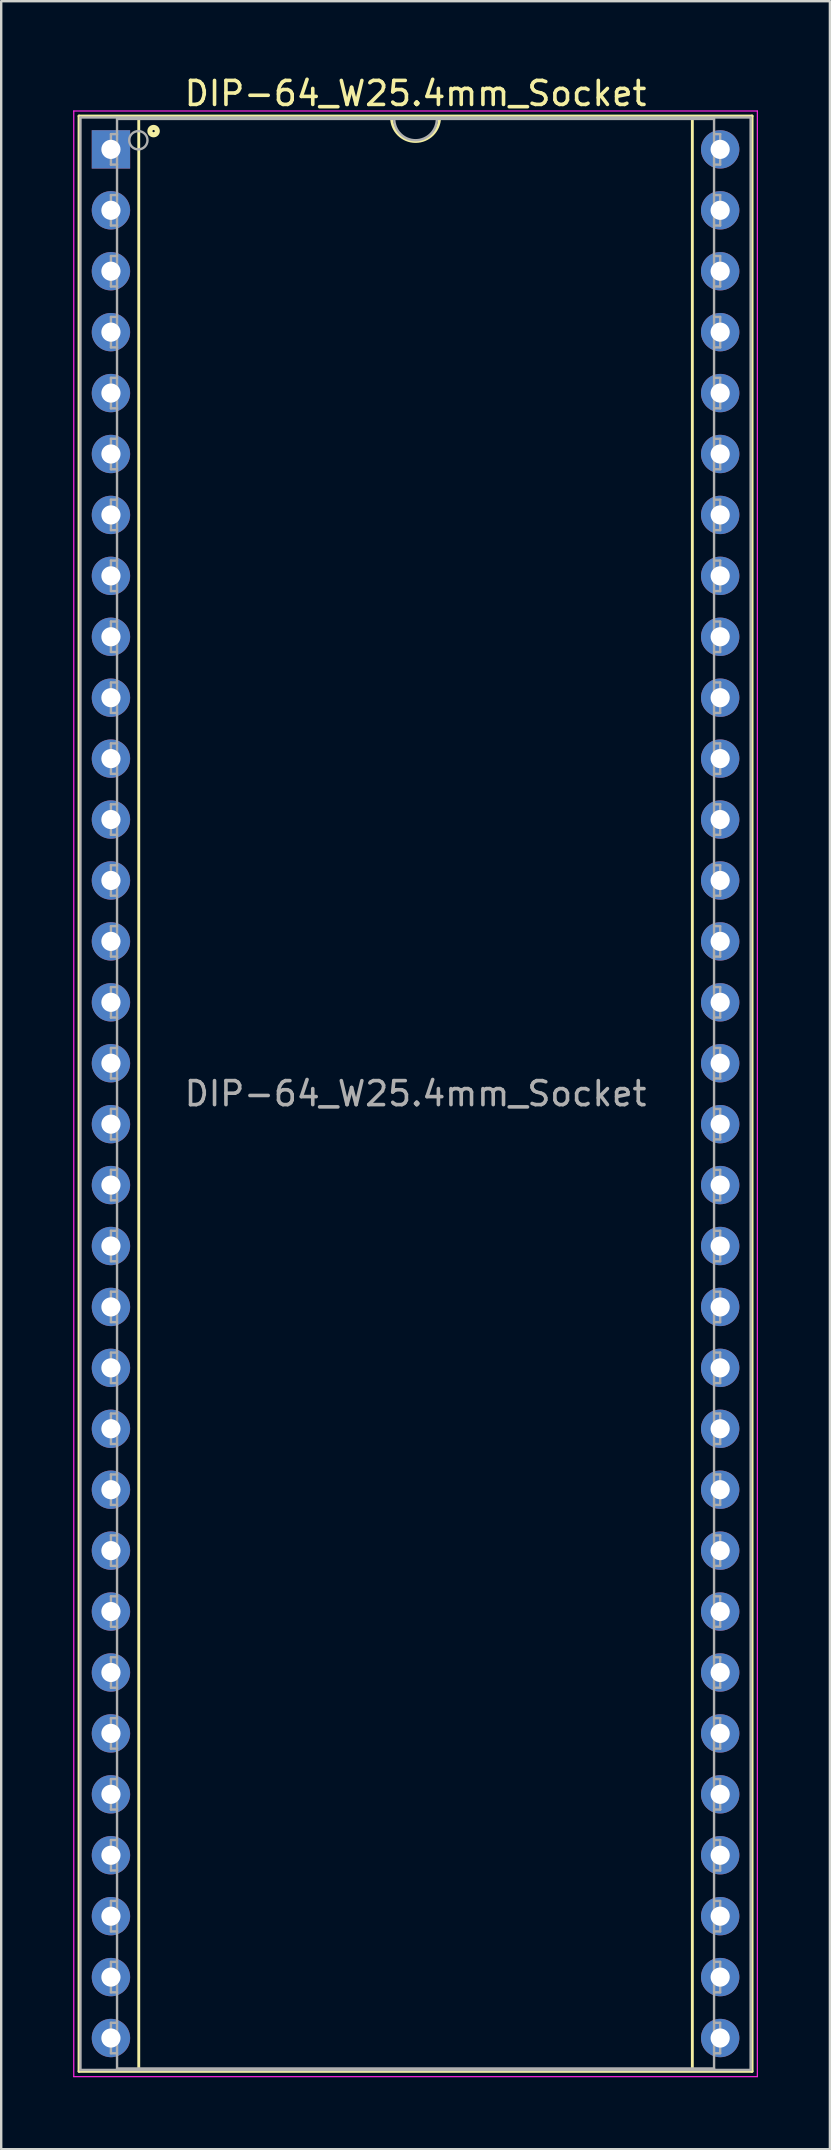
<source format=kicad_pcb>
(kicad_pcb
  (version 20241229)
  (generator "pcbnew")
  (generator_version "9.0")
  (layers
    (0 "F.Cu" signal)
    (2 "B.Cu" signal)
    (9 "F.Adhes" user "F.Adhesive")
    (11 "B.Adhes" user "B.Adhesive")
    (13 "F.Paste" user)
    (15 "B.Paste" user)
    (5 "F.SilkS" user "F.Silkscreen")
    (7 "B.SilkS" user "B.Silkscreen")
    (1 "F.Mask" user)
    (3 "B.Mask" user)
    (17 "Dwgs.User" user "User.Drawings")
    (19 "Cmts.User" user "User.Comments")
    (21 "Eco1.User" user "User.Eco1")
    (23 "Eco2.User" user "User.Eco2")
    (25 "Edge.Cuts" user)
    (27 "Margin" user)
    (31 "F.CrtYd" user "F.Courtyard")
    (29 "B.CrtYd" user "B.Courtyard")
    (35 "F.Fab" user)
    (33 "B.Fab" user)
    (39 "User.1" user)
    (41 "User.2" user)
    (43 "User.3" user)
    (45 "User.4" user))
  (footprint "DIP-64_W25.4mm_Socket"
    (layer "F.Cu")
    (at 1.575 3.178)
    (property "Reference" "DIP-64_W25.4mm_Socket" (at 12.7 -2.33 0) (layer "F.SilkS") (effects (font (size 1 1) (thickness 0.15))))
    (attr through_hole)
    (fp_line (start -1.33 -1.39) (end -1.33 80.13) (stroke (width 0.12) (type solid)) (layer "F.SilkS"))
    (fp_line (start -1.33 80.13) (end 26.73 80.13) (stroke (width 0.12) (type solid)) (layer "F.SilkS"))
    (fp_line (start 1.16 -1.33) (end 1.16 80.07) (stroke (width 0.12) (type solid)) (layer "F.SilkS"))
    (fp_line (start 1.16 80.07) (end 24.24 80.07) (stroke (width 0.12) (type solid)) (layer "F.SilkS"))
    (fp_line (start 11.7 -1.33) (end 1.16 -1.33) (stroke (width 0.12) (type solid)) (layer "F.SilkS"))
    (fp_line (start 24.24 -1.33) (end 13.7 -1.33) (stroke (width 0.12) (type solid)) (layer "F.SilkS"))
    (fp_line (start 24.24 80.07) (end 24.24 -1.33) (stroke (width 0.12) (type solid)) (layer "F.SilkS"))
    (fp_line (start 26.73 -1.39) (end -1.33 -1.39) (stroke (width 0.12) (type solid)) (layer "F.SilkS"))
    (fp_line (start 26.73 80.13) (end 26.73 -1.39) (stroke (width 0.12) (type solid)) (layer "F.SilkS"))
    (fp_arc (start 13.7 -1.33) (mid 12.7 -0.33) (end 11.7 -1.33) (stroke (width 0.12) (type solid)) (layer "F.SilkS"))
    (fp_circle (center 1.778 -0.762) (end 1.828 -0.762) (stroke (width 0.12) (type solid)) (fill no) (layer "F.SilkS"))
    (fp_circle (center 1.778 -0.762) (end 1.903 -0.762) (stroke (width 0.12) (type solid)) (fill no) (layer "F.SilkS"))
    (fp_circle (center 1.778 -0.762) (end 1.978 -0.762) (stroke (width 0.12) (type solid)) (fill no) (layer "F.SilkS"))
    (fp_line (start -1.55 -1.6) (end -1.55 80.35) (stroke (width 0.05) (type solid)) (layer "F.CrtYd"))
    (fp_line (start -1.55 80.35) (end 26.95 80.35) (stroke (width 0.05) (type solid)) (layer "F.CrtYd"))
    (fp_line (start 26.95 -1.6) (end -1.55 -1.6) (stroke (width 0.05) (type solid)) (layer "F.CrtYd"))
    (fp_line (start 26.95 80.35) (end 26.95 -1.6) (stroke (width 0.05) (type solid)) (layer "F.CrtYd"))
    (fp_line (start -1.27 -1.33) (end -1.27 80.07) (stroke (width 0.1) (type solid)) (layer "F.Fab"))
    (fp_line (start -1.27 80.07) (end 26.67 80.07) (stroke (width 0.1) (type solid)) (layer "F.Fab"))
    (fp_line (start 0 -0.635) (end 0 0.635) (stroke (width 0.1) (type solid)) (layer "F.Fab"))
    (fp_line (start 0 -0.635) (end 0.254 -0.635) (stroke (width 0.1) (type solid)) (layer "F.Fab"))
    (fp_line (start 0 0.635) (end 0.254 0.635) (stroke (width 0.1) (type solid)) (layer "F.Fab"))
    (fp_line (start 0 1.905) (end 0 3.175) (stroke (width 0.1) (type solid)) (layer "F.Fab"))
    (fp_line (start 0 1.905) (end 0.254 1.905) (stroke (width 0.1) (type solid)) (layer "F.Fab"))
    (fp_line (start 0 3.175) (end 0.254 3.175) (stroke (width 0.1) (type solid)) (layer "F.Fab"))
    (fp_line (start 0 4.445) (end 0 5.715) (stroke (width 0.1) (type solid)) (layer "F.Fab"))
    (fp_line (start 0 4.445) (end 0.254 4.445) (stroke (width 0.1) (type solid)) (layer "F.Fab"))
    (fp_line (start 0 5.715) (end 0.254 5.715) (stroke (width 0.1) (type solid)) (layer "F.Fab"))
    (fp_line (start 0 6.985) (end 0 8.255) (stroke (width 0.1) (type solid)) (layer "F.Fab"))
    (fp_line (start 0 6.985) (end 0.254 6.985) (stroke (width 0.1) (type solid)) (layer "F.Fab"))
    (fp_line (start 0 8.255) (end 0.254 8.255) (stroke (width 0.1) (type solid)) (layer "F.Fab"))
    (fp_line (start 0 9.525) (end 0 10.795) (stroke (width 0.1) (type solid)) (layer "F.Fab"))
    (fp_line (start 0 9.525) (end 0.254 9.525) (stroke (width 0.1) (type solid)) (layer "F.Fab"))
    (fp_line (start 0 10.795) (end 0.254 10.795) (stroke (width 0.1) (type solid)) (layer "F.Fab"))
    (fp_line (start 0 12.065) (end 0 13.335) (stroke (width 0.1) (type solid)) (layer "F.Fab"))
    (fp_line (start 0 12.065) (end 0.254 12.065) (stroke (width 0.1) (type solid)) (layer "F.Fab"))
    (fp_line (start 0 13.335) (end 0.254 13.335) (stroke (width 0.1) (type solid)) (layer "F.Fab"))
    (fp_line (start 0 14.605) (end 0 15.875) (stroke (width 0.1) (type solid)) (layer "F.Fab"))
    (fp_line (start 0 14.605) (end 0.254 14.605) (stroke (width 0.1) (type solid)) (layer "F.Fab"))
    (fp_line (start 0 15.875) (end 0.254 15.875) (stroke (width 0.1) (type solid)) (layer "F.Fab"))
    (fp_line (start 0 17.145) (end 0 18.415) (stroke (width 0.1) (type solid)) (layer "F.Fab"))
    (fp_line (start 0 17.145) (end 0.254 17.145) (stroke (width 0.1) (type solid)) (layer "F.Fab"))
    (fp_line (start 0 18.415) (end 0.254 18.415) (stroke (width 0.1) (type solid)) (layer "F.Fab"))
    (fp_line (start 0 19.685) (end 0 20.955) (stroke (width 0.1) (type solid)) (layer "F.Fab"))
    (fp_line (start 0 19.685) (end 0.254 19.685) (stroke (width 0.1) (type solid)) (layer "F.Fab"))
    (fp_line (start 0 20.955) (end 0.254 20.955) (stroke (width 0.1) (type solid)) (layer "F.Fab"))
    (fp_line (start 0 22.225) (end 0 23.495) (stroke (width 0.1) (type solid)) (layer "F.Fab"))
    (fp_line (start 0 22.225) (end 0.254 22.225) (stroke (width 0.1) (type solid)) (layer "F.Fab"))
    (fp_line (start 0 23.495) (end 0.254 23.495) (stroke (width 0.1) (type solid)) (layer "F.Fab"))
    (fp_line (start 0 24.765) (end 0 26.035) (stroke (width 0.1) (type solid)) (layer "F.Fab"))
    (fp_line (start 0 24.765) (end 0.254 24.765) (stroke (width 0.1) (type solid)) (layer "F.Fab"))
    (fp_line (start 0 26.035) (end 0.254 26.035) (stroke (width 0.1) (type solid)) (layer "F.Fab"))
    (fp_line (start 0 27.305) (end 0 28.575) (stroke (width 0.1) (type solid)) (layer "F.Fab"))
    (fp_line (start 0 27.305) (end 0.254 27.305) (stroke (width 0.1) (type solid)) (layer "F.Fab"))
    (fp_line (start 0 28.575) (end 0.254 28.575) (stroke (width 0.1) (type solid)) (layer "F.Fab"))
    (fp_line (start 0 29.845) (end 0 31.115) (stroke (width 0.1) (type solid)) (layer "F.Fab"))
    (fp_line (start 0 29.845) (end 0.254 29.845) (stroke (width 0.1) (type solid)) (layer "F.Fab"))
    (fp_line (start 0 31.115) (end 0.254 31.115) (stroke (width 0.1) (type solid)) (layer "F.Fab"))
    (fp_line (start 0 32.385) (end 0 33.655) (stroke (width 0.1) (type solid)) (layer "F.Fab"))
    (fp_line (start 0 32.385) (end 0.254 32.385) (stroke (width 0.1) (type solid)) (layer "F.Fab"))
    (fp_line (start 0 33.655) (end 0.254 33.655) (stroke (width 0.1) (type solid)) (layer "F.Fab"))
    (fp_line (start 0 34.925) (end 0 36.195) (stroke (width 0.1) (type solid)) (layer "F.Fab"))
    (fp_line (start 0 34.925) (end 0.254 34.925) (stroke (width 0.1) (type solid)) (layer "F.Fab"))
    (fp_line (start 0 36.195) (end 0.254 36.195) (stroke (width 0.1) (type solid)) (layer "F.Fab"))
    (fp_line (start 0 37.465) (end 0 38.735) (stroke (width 0.1) (type solid)) (layer "F.Fab"))
    (fp_line (start 0 37.465) (end 0.254 37.465) (stroke (width 0.1) (type solid)) (layer "F.Fab"))
    (fp_line (start 0 38.735) (end 0.254 38.735) (stroke (width 0.1) (type solid)) (layer "F.Fab"))
    (fp_line (start 0 40.005) (end 0 41.275) (stroke (width 0.1) (type solid)) (layer "F.Fab"))
    (fp_line (start 0 40.005) (end 0.254 40.005) (stroke (width 0.1) (type solid)) (layer "F.Fab"))
    (fp_line (start 0 41.275) (end 0.254 41.275) (stroke (width 0.1) (type solid)) (layer "F.Fab"))
    (fp_line (start 0 42.545) (end 0 43.815) (stroke (width 0.1) (type solid)) (layer "F.Fab"))
    (fp_line (start 0 42.545) (end 0.254 42.545) (stroke (width 0.1) (type solid)) (layer "F.Fab"))
    (fp_line (start 0 43.815) (end 0.254 43.815) (stroke (width 0.1) (type solid)) (layer "F.Fab"))
    (fp_line (start 0 45.085) (end 0 46.355) (stroke (width 0.1) (type solid)) (layer "F.Fab"))
    (fp_line (start 0 45.085) (end 0.254 45.085) (stroke (width 0.1) (type solid)) (layer "F.Fab"))
    (fp_line (start 0 46.355) (end 0.254 46.355) (stroke (width 0.1) (type solid)) (layer "F.Fab"))
    (fp_line (start 0 47.625) (end 0 48.895) (stroke (width 0.1) (type solid)) (layer "F.Fab"))
    (fp_line (start 0 47.625) (end 0.254 47.625) (stroke (width 0.1) (type solid)) (layer "F.Fab"))
    (fp_line (start 0 48.895) (end 0.254 48.895) (stroke (width 0.1) (type solid)) (layer "F.Fab"))
    (fp_line (start 0 50.165) (end 0 51.435) (stroke (width 0.1) (type solid)) (layer "F.Fab"))
    (fp_line (start 0 50.165) (end 0.254 50.165) (stroke (width 0.1) (type solid)) (layer "F.Fab"))
    (fp_line (start 0 51.435) (end 0.254 51.435) (stroke (width 0.1) (type solid)) (layer "F.Fab"))
    (fp_line (start 0 52.705) (end 0 53.975) (stroke (width 0.1) (type solid)) (layer "F.Fab"))
    (fp_line (start 0 52.705) (end 0.254 52.705) (stroke (width 0.1) (type solid)) (layer "F.Fab"))
    (fp_line (start 0 53.975) (end 0.254 53.975) (stroke (width 0.1) (type solid)) (layer "F.Fab"))
    (fp_line (start 0 55.245) (end 0 56.515) (stroke (width 0.1) (type solid)) (layer "F.Fab"))
    (fp_line (start 0 55.245) (end 0.254 55.245) (stroke (width 0.1) (type solid)) (layer "F.Fab"))
    (fp_line (start 0 56.515) (end 0.254 56.515) (stroke (width 0.1) (type solid)) (layer "F.Fab"))
    (fp_line (start 0 57.785) (end 0 59.055) (stroke (width 0.1) (type solid)) (layer "F.Fab"))
    (fp_line (start 0 57.785) (end 0.254 57.785) (stroke (width 0.1) (type solid)) (layer "F.Fab"))
    (fp_line (start 0 59.055) (end 0.254 59.055) (stroke (width 0.1) (type solid)) (layer "F.Fab"))
    (fp_line (start 0 60.325) (end 0 61.595) (stroke (width 0.1) (type solid)) (layer "F.Fab"))
    (fp_line (start 0 60.325) (end 0.254 60.325) (stroke (width 0.1) (type solid)) (layer "F.Fab"))
    (fp_line (start 0 61.595) (end 0.254 61.595) (stroke (width 0.1) (type solid)) (layer "F.Fab"))
    (fp_line (start 0 62.865) (end 0 64.135) (stroke (width 0.1) (type solid)) (layer "F.Fab"))
    (fp_line (start 0 62.865) (end 0.254 62.865) (stroke (width 0.1) (type solid)) (layer "F.Fab"))
    (fp_line (start 0 64.135) (end 0.254 64.135) (stroke (width 0.1) (type solid)) (layer "F.Fab"))
    (fp_line (start 0 65.405) (end 0 66.675) (stroke (width 0.1) (type solid)) (layer "F.Fab"))
    (fp_line (start 0 65.405) (end 0.254 65.405) (stroke (width 0.1) (type solid)) (layer "F.Fab"))
    (fp_line (start 0 66.675) (end 0.254 66.675) (stroke (width 0.1) (type solid)) (layer "F.Fab"))
    (fp_line (start 0 67.945) (end 0 69.215) (stroke (width 0.1) (type solid)) (layer "F.Fab"))
    (fp_line (start 0 67.945) (end 0.254 67.945) (stroke (width 0.1) (type solid)) (layer "F.Fab"))
    (fp_line (start 0 69.215) (end 0.254 69.215) (stroke (width 0.1) (type solid)) (layer "F.Fab"))
    (fp_line (start 0 70.485) (end 0 71.755) (stroke (width 0.1) (type solid)) (layer "F.Fab"))
    (fp_line (start 0 70.485) (end 0.254 70.485) (stroke (width 0.1) (type solid)) (layer "F.Fab"))
    (fp_line (start 0 71.755) (end 0.254 71.755) (stroke (width 0.1) (type solid)) (layer "F.Fab"))
    (fp_line (start 0 73.025) (end 0 74.295) (stroke (width 0.1) (type solid)) (layer "F.Fab"))
    (fp_line (start 0 73.025) (end 0.254 73.025) (stroke (width 0.1) (type solid)) (layer "F.Fab"))
    (fp_line (start 0 74.295) (end 0.254 74.295) (stroke (width 0.1) (type solid)) (layer "F.Fab"))
    (fp_line (start 0 75.565) (end 0 76.835) (stroke (width 0.1) (type solid)) (layer "F.Fab"))
    (fp_line (start 0 75.565) (end 0.254 75.565) (stroke (width 0.1) (type solid)) (layer "F.Fab"))
    (fp_line (start 0 76.835) (end 0.254 76.835) (stroke (width 0.1) (type solid)) (layer "F.Fab"))
    (fp_line (start 0 78.105) (end 0 79.375) (stroke (width 0.1) (type solid)) (layer "F.Fab"))
    (fp_line (start 0 78.105) (end 0.254 78.105) (stroke (width 0.1) (type solid)) (layer "F.Fab"))
    (fp_line (start 0 79.375) (end 0.254 79.375) (stroke (width 0.1) (type solid)) (layer "F.Fab"))
    (fp_line (start 0.254 -1.27) (end 25.145 -1.27) (stroke (width 0.1) (type solid)) (layer "F.Fab"))
    (fp_line (start 0.255 80.01) (end 0.254 -1.27) (stroke (width 0.1) (type solid)) (layer "F.Fab"))
    (fp_line (start 25.145 -1.27) (end 25.145 80.01) (stroke (width 0.1) (type solid)) (layer "F.Fab"))
    (fp_line (start 25.145 80.01) (end 0.255 80.01) (stroke (width 0.1) (type solid)) (layer "F.Fab"))
    (fp_line (start 25.4 -0.635) (end 25.146 -0.635) (stroke (width 0.1) (type solid)) (layer "F.Fab"))
    (fp_line (start 25.4 0.635) (end 25.146 0.635) (stroke (width 0.1) (type solid)) (layer "F.Fab"))
    (fp_line (start 25.4 0.635) (end 25.4 -0.635) (stroke (width 0.1) (type solid)) (layer "F.Fab"))
    (fp_line (start 25.4 1.905) (end 25.146 1.905) (stroke (width 0.1) (type solid)) (layer "F.Fab"))
    (fp_line (start 25.4 3.175) (end 25.146 3.175) (stroke (width 0.1) (type solid)) (layer "F.Fab"))
    (fp_line (start 25.4 3.175) (end 25.4 1.905) (stroke (width 0.1) (type solid)) (layer "F.Fab"))
    (fp_line (start 25.4 4.445) (end 25.146 4.445) (stroke (width 0.1) (type solid)) (layer "F.Fab"))
    (fp_line (start 25.4 5.715) (end 25.146 5.715) (stroke (width 0.1) (type solid)) (layer "F.Fab"))
    (fp_line (start 25.4 5.715) (end 25.4 4.445) (stroke (width 0.1) (type solid)) (layer "F.Fab"))
    (fp_line (start 25.4 6.985) (end 25.146 6.985) (stroke (width 0.1) (type solid)) (layer "F.Fab"))
    (fp_line (start 25.4 8.255) (end 25.146 8.255) (stroke (width 0.1) (type solid)) (layer "F.Fab"))
    (fp_line (start 25.4 8.255) (end 25.4 6.985) (stroke (width 0.1) (type solid)) (layer "F.Fab"))
    (fp_line (start 25.4 9.525) (end 25.146 9.525) (stroke (width 0.1) (type solid)) (layer "F.Fab"))
    (fp_line (start 25.4 10.795) (end 25.146 10.795) (stroke (width 0.1) (type solid)) (layer "F.Fab"))
    (fp_line (start 25.4 10.795) (end 25.4 9.525) (stroke (width 0.1) (type solid)) (layer "F.Fab"))
    (fp_line (start 25.4 12.065) (end 25.146 12.065) (stroke (width 0.1) (type solid)) (layer "F.Fab"))
    (fp_line (start 25.4 13.335) (end 25.146 13.335) (stroke (width 0.1) (type solid)) (layer "F.Fab"))
    (fp_line (start 25.4 13.335) (end 25.4 12.065) (stroke (width 0.1) (type solid)) (layer "F.Fab"))
    (fp_line (start 25.4 14.605) (end 25.146 14.605) (stroke (width 0.1) (type solid)) (layer "F.Fab"))
    (fp_line (start 25.4 15.875) (end 25.146 15.875) (stroke (width 0.1) (type solid)) (layer "F.Fab"))
    (fp_line (start 25.4 15.875) (end 25.4 14.605) (stroke (width 0.1) (type solid)) (layer "F.Fab"))
    (fp_line (start 25.4 17.145) (end 25.146 17.145) (stroke (width 0.1) (type solid)) (layer "F.Fab"))
    (fp_line (start 25.4 18.415) (end 25.146 18.415) (stroke (width 0.1) (type solid)) (layer "F.Fab"))
    (fp_line (start 25.4 18.415) (end 25.4 17.145) (stroke (width 0.1) (type solid)) (layer "F.Fab"))
    (fp_line (start 25.4 19.685) (end 25.146 19.685) (stroke (width 0.1) (type solid)) (layer "F.Fab"))
    (fp_line (start 25.4 20.955) (end 25.146 20.955) (stroke (width 0.1) (type solid)) (layer "F.Fab"))
    (fp_line (start 25.4 20.955) (end 25.4 19.685) (stroke (width 0.1) (type solid)) (layer "F.Fab"))
    (fp_line (start 25.4 22.225) (end 25.146 22.225) (stroke (width 0.1) (type solid)) (layer "F.Fab"))
    (fp_line (start 25.4 23.495) (end 25.146 23.495) (stroke (width 0.1) (type solid)) (layer "F.Fab"))
    (fp_line (start 25.4 23.495) (end 25.4 22.225) (stroke (width 0.1) (type solid)) (layer "F.Fab"))
    (fp_line (start 25.4 24.765) (end 25.146 24.765) (stroke (width 0.1) (type solid)) (layer "F.Fab"))
    (fp_line (start 25.4 26.035) (end 25.146 26.035) (stroke (width 0.1) (type solid)) (layer "F.Fab"))
    (fp_line (start 25.4 26.035) (end 25.4 24.765) (stroke (width 0.1) (type solid)) (layer "F.Fab"))
    (fp_line (start 25.4 27.305) (end 25.146 27.305) (stroke (width 0.1) (type solid)) (layer "F.Fab"))
    (fp_line (start 25.4 28.575) (end 25.146 28.575) (stroke (width 0.1) (type solid)) (layer "F.Fab"))
    (fp_line (start 25.4 28.575) (end 25.4 27.305) (stroke (width 0.1) (type solid)) (layer "F.Fab"))
    (fp_line (start 25.4 29.845) (end 25.146 29.845) (stroke (width 0.1) (type solid)) (layer "F.Fab"))
    (fp_line (start 25.4 31.115) (end 25.146 31.115) (stroke (width 0.1) (type solid)) (layer "F.Fab"))
    (fp_line (start 25.4 31.115) (end 25.4 29.845) (stroke (width 0.1) (type solid)) (layer "F.Fab"))
    (fp_line (start 25.4 32.385) (end 25.146 32.385) (stroke (width 0.1) (type solid)) (layer "F.Fab"))
    (fp_line (start 25.4 33.655) (end 25.146 33.655) (stroke (width 0.1) (type solid)) (layer "F.Fab"))
    (fp_line (start 25.4 33.655) (end 25.4 32.385) (stroke (width 0.1) (type solid)) (layer "F.Fab"))
    (fp_line (start 25.4 34.925) (end 25.146 34.925) (stroke (width 0.1) (type solid)) (layer "F.Fab"))
    (fp_line (start 25.4 36.195) (end 25.146 36.195) (stroke (width 0.1) (type solid)) (layer "F.Fab"))
    (fp_line (start 25.4 36.195) (end 25.4 34.925) (stroke (width 0.1) (type solid)) (layer "F.Fab"))
    (fp_line (start 25.4 37.465) (end 25.146 37.465) (stroke (width 0.1) (type solid)) (layer "F.Fab"))
    (fp_line (start 25.4 38.735) (end 25.146 38.735) (stroke (width 0.1) (type solid)) (layer "F.Fab"))
    (fp_line (start 25.4 38.735) (end 25.4 37.465) (stroke (width 0.1) (type solid)) (layer "F.Fab"))
    (fp_line (start 25.4 40.005) (end 25.146 40.005) (stroke (width 0.1) (type solid)) (layer "F.Fab"))
    (fp_line (start 25.4 41.275) (end 25.146 41.275) (stroke (width 0.1) (type solid)) (layer "F.Fab"))
    (fp_line (start 25.4 41.275) (end 25.4 40.005) (stroke (width 0.1) (type solid)) (layer "F.Fab"))
    (fp_line (start 25.4 42.545) (end 25.146 42.545) (stroke (width 0.1) (type solid)) (layer "F.Fab"))
    (fp_line (start 25.4 43.815) (end 25.146 43.815) (stroke (width 0.1) (type solid)) (layer "F.Fab"))
    (fp_line (start 25.4 43.815) (end 25.4 42.545) (stroke (width 0.1) (type solid)) (layer "F.Fab"))
    (fp_line (start 25.4 45.085) (end 25.146 45.085) (stroke (width 0.1) (type solid)) (layer "F.Fab"))
    (fp_line (start 25.4 46.355) (end 25.146 46.355) (stroke (width 0.1) (type solid)) (layer "F.Fab"))
    (fp_line (start 25.4 46.355) (end 25.4 45.085) (stroke (width 0.1) (type solid)) (layer "F.Fab"))
    (fp_line (start 25.4 47.625) (end 25.146 47.625) (stroke (width 0.1) (type solid)) (layer "F.Fab"))
    (fp_line (start 25.4 48.895) (end 25.146 48.895) (stroke (width 0.1) (type solid)) (layer "F.Fab"))
    (fp_line (start 25.4 48.895) (end 25.4 47.625) (stroke (width 0.1) (type solid)) (layer "F.Fab"))
    (fp_line (start 25.4 50.165) (end 25.146 50.165) (stroke (width 0.1) (type solid)) (layer "F.Fab"))
    (fp_line (start 25.4 51.435) (end 25.146 51.435) (stroke (width 0.1) (type solid)) (layer "F.Fab"))
    (fp_line (start 25.4 51.435) (end 25.4 50.165) (stroke (width 0.1) (type solid)) (layer "F.Fab"))
    (fp_line (start 25.4 52.705) (end 25.146 52.705) (stroke (width 0.1) (type solid)) (layer "F.Fab"))
    (fp_line (start 25.4 53.975) (end 25.146 53.975) (stroke (width 0.1) (type solid)) (layer "F.Fab"))
    (fp_line (start 25.4 53.975) (end 25.4 52.705) (stroke (width 0.1) (type solid)) (layer "F.Fab"))
    (fp_line (start 25.4 55.245) (end 25.146 55.245) (stroke (width 0.1) (type solid)) (layer "F.Fab"))
    (fp_line (start 25.4 56.515) (end 25.146 56.515) (stroke (width 0.1) (type solid)) (layer "F.Fab"))
    (fp_line (start 25.4 56.515) (end 25.4 55.245) (stroke (width 0.1) (type solid)) (layer "F.Fab"))
    (fp_line (start 25.4 57.785) (end 25.146 57.785) (stroke (width 0.1) (type solid)) (layer "F.Fab"))
    (fp_line (start 25.4 59.055) (end 25.146 59.055) (stroke (width 0.1) (type solid)) (layer "F.Fab"))
    (fp_line (start 25.4 59.055) (end 25.4 57.785) (stroke (width 0.1) (type solid)) (layer "F.Fab"))
    (fp_line (start 25.4 60.325) (end 25.146 60.325) (stroke (width 0.1) (type solid)) (layer "F.Fab"))
    (fp_line (start 25.4 61.595) (end 25.146 61.595) (stroke (width 0.1) (type solid)) (layer "F.Fab"))
    (fp_line (start 25.4 61.595) (end 25.4 60.325) (stroke (width 0.1) (type solid)) (layer "F.Fab"))
    (fp_line (start 25.4 62.865) (end 25.146 62.865) (stroke (width 0.1) (type solid)) (layer "F.Fab"))
    (fp_line (start 25.4 64.135) (end 25.146 64.135) (stroke (width 0.1) (type solid)) (layer "F.Fab"))
    (fp_line (start 25.4 64.135) (end 25.4 62.865) (stroke (width 0.1) (type solid)) (layer "F.Fab"))
    (fp_line (start 25.4 65.405) (end 25.146 65.405) (stroke (width 0.1) (type solid)) (layer "F.Fab"))
    (fp_line (start 25.4 66.675) (end 25.146 66.675) (stroke (width 0.1) (type solid)) (layer "F.Fab"))
    (fp_line (start 25.4 66.675) (end 25.4 65.405) (stroke (width 0.1) (type solid)) (layer "F.Fab"))
    (fp_line (start 25.4 67.945) (end 25.146 67.945) (stroke (width 0.1) (type solid)) (layer "F.Fab"))
    (fp_line (start 25.4 69.215) (end 25.146 69.215) (stroke (width 0.1) (type solid)) (layer "F.Fab"))
    (fp_line (start 25.4 69.215) (end 25.4 67.945) (stroke (width 0.1) (type solid)) (layer "F.Fab"))
    (fp_line (start 25.4 70.485) (end 25.146 70.485) (stroke (width 0.1) (type solid)) (layer "F.Fab"))
    (fp_line (start 25.4 71.755) (end 25.146 71.755) (stroke (width 0.1) (type solid)) (layer "F.Fab"))
    (fp_line (start 25.4 71.755) (end 25.4 70.485) (stroke (width 0.1) (type solid)) (layer "F.Fab"))
    (fp_line (start 25.4 73.025) (end 25.146 73.025) (stroke (width 0.1) (type solid)) (layer "F.Fab"))
    (fp_line (start 25.4 74.295) (end 25.146 74.295) (stroke (width 0.1) (type solid)) (layer "F.Fab"))
    (fp_line (start 25.4 74.295) (end 25.4 73.025) (stroke (width 0.1) (type solid)) (layer "F.Fab"))
    (fp_line (start 25.4 75.565) (end 25.146 75.565) (stroke (width 0.1) (type solid)) (layer "F.Fab"))
    (fp_line (start 25.4 76.835) (end 25.146 76.835) (stroke (width 0.1) (type solid)) (layer "F.Fab"))
    (fp_line (start 25.4 76.835) (end 25.4 75.565) (stroke (width 0.1) (type solid)) (layer "F.Fab"))
    (fp_line (start 25.4 78.105) (end 25.146 78.105) (stroke (width 0.1) (type solid)) (layer "F.Fab"))
    (fp_line (start 25.4 79.375) (end 25.146 79.375) (stroke (width 0.1) (type solid)) (layer "F.Fab"))
    (fp_line (start 25.4 79.375) (end 25.4 78.105) (stroke (width 0.1) (type solid)) (layer "F.Fab"))
    (fp_line (start 26.67 -1.33) (end -1.27 -1.33) (stroke (width 0.1) (type solid)) (layer "F.Fab"))
    (fp_line (start 26.67 80.07) (end 26.67 -1.33) (stroke (width 0.1) (type solid)) (layer "F.Fab"))
    (fp_arc (start 13.589 -1.27) (mid 12.7 -0.381) (end 11.811 -1.27) (stroke (width 0.1) (type solid)) (layer "F.Fab"))
    (fp_circle (center 1.143 -0.381) (end 1.524 -0.381) (stroke (width 0.1) (type solid)) (fill no) (layer "F.Fab"))
    (fp_text user "${REFERENCE}" (at 12.7 39.37 0) (layer "F.Fab") (effects (font (size 1 1) (thickness 0.15))))
    (pad "1" thru_hole rect (at 0 0) (size 1.6 1.6) (drill 0.8) (layers "*.Cu" "*.Mask"))
    (pad "2" thru_hole oval (at 0 2.54) (size 1.6 1.6) (drill 0.8) (layers "*.Cu" "*.Mask"))
    (pad "3" thru_hole oval (at 0 5.08) (size 1.6 1.6) (drill 0.8) (layers "*.Cu" "*.Mask"))
    (pad "4" thru_hole oval (at 0 7.62) (size 1.6 1.6) (drill 0.8) (layers "*.Cu" "*.Mask"))
    (pad "5" thru_hole oval (at 0 10.16) (size 1.6 1.6) (drill 0.8) (layers "*.Cu" "*.Mask"))
    (pad "6" thru_hole oval (at 0 12.7) (size 1.6 1.6) (drill 0.8) (layers "*.Cu" "*.Mask"))
    (pad "7" thru_hole oval (at 0 15.24) (size 1.6 1.6) (drill 0.8) (layers "*.Cu" "*.Mask"))
    (pad "8" thru_hole oval (at 0 17.78) (size 1.6 1.6) (drill 0.8) (layers "*.Cu" "*.Mask"))
    (pad "9" thru_hole oval (at 0 20.32) (size 1.6 1.6) (drill 0.8) (layers "*.Cu" "*.Mask"))
    (pad "10" thru_hole oval (at 0 22.86) (size 1.6 1.6) (drill 0.8) (layers "*.Cu" "*.Mask"))
    (pad "11" thru_hole oval (at 0 25.4) (size 1.6 1.6) (drill 0.8) (layers "*.Cu" "*.Mask"))
    (pad "12" thru_hole oval (at 0 27.94) (size 1.6 1.6) (drill 0.8) (layers "*.Cu" "*.Mask"))
    (pad "13" thru_hole oval (at 0 30.48) (size 1.6 1.6) (drill 0.8) (layers "*.Cu" "*.Mask"))
    (pad "14" thru_hole oval (at 0 33.02) (size 1.6 1.6) (drill 0.8) (layers "*.Cu" "*.Mask"))
    (pad "15" thru_hole oval (at 0 35.56) (size 1.6 1.6) (drill 0.8) (layers "*.Cu" "*.Mask"))
    (pad "16" thru_hole oval (at 0 38.1) (size 1.6 1.6) (drill 0.8) (layers "*.Cu" "*.Mask"))
    (pad "17" thru_hole oval (at 0 40.64) (size 1.6 1.6) (drill 0.8) (layers "*.Cu" "*.Mask"))
    (pad "18" thru_hole oval (at 0 43.18) (size 1.6 1.6) (drill 0.8) (layers "*.Cu" "*.Mask"))
    (pad "19" thru_hole oval (at 0 45.72) (size 1.6 1.6) (drill 0.8) (layers "*.Cu" "*.Mask"))
    (pad "20" thru_hole oval (at 0 48.26) (size 1.6 1.6) (drill 0.8) (layers "*.Cu" "*.Mask"))
    (pad "21" thru_hole oval (at 0 50.8) (size 1.6 1.6) (drill 0.8) (layers "*.Cu" "*.Mask"))
    (pad "22" thru_hole oval (at 0 53.34) (size 1.6 1.6) (drill 0.8) (layers "*.Cu" "*.Mask"))
    (pad "23" thru_hole oval (at 0 55.88) (size 1.6 1.6) (drill 0.8) (layers "*.Cu" "*.Mask"))
    (pad "24" thru_hole oval (at 0 58.42) (size 1.6 1.6) (drill 0.8) (layers "*.Cu" "*.Mask"))
    (pad "25" thru_hole oval (at 0 60.96) (size 1.6 1.6) (drill 0.8) (layers "*.Cu" "*.Mask"))
    (pad "26" thru_hole oval (at 0 63.5) (size 1.6 1.6) (drill 0.8) (layers "*.Cu" "*.Mask"))
    (pad "27" thru_hole oval (at 0 66.04) (size 1.6 1.6) (drill 0.8) (layers "*.Cu" "*.Mask"))
    (pad "28" thru_hole oval (at 0 68.58) (size 1.6 1.6) (drill 0.8) (layers "*.Cu" "*.Mask"))
    (pad "29" thru_hole oval (at 0 71.12) (size 1.6 1.6) (drill 0.8) (layers "*.Cu" "*.Mask"))
    (pad "30" thru_hole oval (at 0 73.66) (size 1.6 1.6) (drill 0.8) (layers "*.Cu" "*.Mask"))
    (pad "31" thru_hole oval (at 0 76.2) (size 1.6 1.6) (drill 0.8) (layers "*.Cu" "*.Mask"))
    (pad "32" thru_hole oval (at 0 78.74) (size 1.6 1.6) (drill 0.8) (layers "*.Cu" "*.Mask"))
    (pad "33" thru_hole oval (at 25.4 78.74) (size 1.6 1.6) (drill 0.8) (layers "*.Cu" "*.Mask"))
    (pad "34" thru_hole oval (at 25.4 76.2) (size 1.6 1.6) (drill 0.8) (layers "*.Cu" "*.Mask"))
    (pad "35" thru_hole oval (at 25.4 73.66) (size 1.6 1.6) (drill 0.8) (layers "*.Cu" "*.Mask"))
    (pad "36" thru_hole oval (at 25.4 71.12) (size 1.6 1.6) (drill 0.8) (layers "*.Cu" "*.Mask"))
    (pad "37" thru_hole oval (at 25.4 68.58) (size 1.6 1.6) (drill 0.8) (layers "*.Cu" "*.Mask"))
    (pad "38" thru_hole oval (at 25.4 66.04) (size 1.6 1.6) (drill 0.8) (layers "*.Cu" "*.Mask"))
    (pad "39" thru_hole oval (at 25.4 63.5) (size 1.6 1.6) (drill 0.8) (layers "*.Cu" "*.Mask"))
    (pad "40" thru_hole oval (at 25.4 60.96) (size 1.6 1.6) (drill 0.8) (layers "*.Cu" "*.Mask"))
    (pad "41" thru_hole oval (at 25.4 58.42) (size 1.6 1.6) (drill 0.8) (layers "*.Cu" "*.Mask"))
    (pad "42" thru_hole oval (at 25.4 55.88) (size 1.6 1.6) (drill 0.8) (layers "*.Cu" "*.Mask"))
    (pad "43" thru_hole oval (at 25.4 53.34) (size 1.6 1.6) (drill 0.8) (layers "*.Cu" "*.Mask"))
    (pad "44" thru_hole oval (at 25.4 50.8) (size 1.6 1.6) (drill 0.8) (layers "*.Cu" "*.Mask"))
    (pad "45" thru_hole oval (at 25.4 48.26) (size 1.6 1.6) (drill 0.8) (layers "*.Cu" "*.Mask"))
    (pad "46" thru_hole oval (at 25.4 45.72) (size 1.6 1.6) (drill 0.8) (layers "*.Cu" "*.Mask"))
    (pad "47" thru_hole oval (at 25.4 43.18) (size 1.6 1.6) (drill 0.8) (layers "*.Cu" "*.Mask"))
    (pad "48" thru_hole oval (at 25.4 40.64) (size 1.6 1.6) (drill 0.8) (layers "*.Cu" "*.Mask"))
    (pad "49" thru_hole oval (at 25.4 38.1) (size 1.6 1.6) (drill 0.8) (layers "*.Cu" "*.Mask"))
    (pad "50" thru_hole oval (at 25.4 35.56) (size 1.6 1.6) (drill 0.8) (layers "*.Cu" "*.Mask"))
    (pad "51" thru_hole oval (at 25.4 33.02) (size 1.6 1.6) (drill 0.8) (layers "*.Cu" "*.Mask"))
    (pad "52" thru_hole oval (at 25.4 30.48) (size 1.6 1.6) (drill 0.8) (layers "*.Cu" "*.Mask"))
    (pad "53" thru_hole oval (at 25.4 27.94) (size 1.6 1.6) (drill 0.8) (layers "*.Cu" "*.Mask"))
    (pad "54" thru_hole oval (at 25.4 25.4) (size 1.6 1.6) (drill 0.8) (layers "*.Cu" "*.Mask"))
    (pad "55" thru_hole oval (at 25.4 22.86) (size 1.6 1.6) (drill 0.8) (layers "*.Cu" "*.Mask"))
    (pad "56" thru_hole oval (at 25.4 20.32) (size 1.6 1.6) (drill 0.8) (layers "*.Cu" "*.Mask"))
    (pad "57" thru_hole oval (at 25.4 17.78) (size 1.6 1.6) (drill 0.8) (layers "*.Cu" "*.Mask"))
    (pad "58" thru_hole oval (at 25.4 15.24) (size 1.6 1.6) (drill 0.8) (layers "*.Cu" "*.Mask"))
    (pad "59" thru_hole oval (at 25.4 12.7) (size 1.6 1.6) (drill 0.8) (layers "*.Cu" "*.Mask"))
    (pad "60" thru_hole oval (at 25.4 10.16) (size 1.6 1.6) (drill 0.8) (layers "*.Cu" "*.Mask"))
    (pad "61" thru_hole oval (at 25.4 7.62) (size 1.6 1.6) (drill 0.8) (layers "*.Cu" "*.Mask"))
    (pad "62" thru_hole oval (at 25.4 5.08) (size 1.6 1.6) (drill 0.8) (layers "*.Cu" "*.Mask"))
    (pad "63" thru_hole oval (at 25.4 2.54) (size 1.6 1.6) (drill 0.8) (layers "*.Cu" "*.Mask"))
    (pad "64" thru_hole oval (at 25.4 0) (size 1.6 1.6) (drill 0.8) (layers "*.Cu" "*.Mask")))
  (gr_rect
    (start -3 -3)
    (end 31.55 86.553)
    (stroke (width 0.1) (type default))
    (fill no)
    (layer "Edge.Cuts")))
</source>
